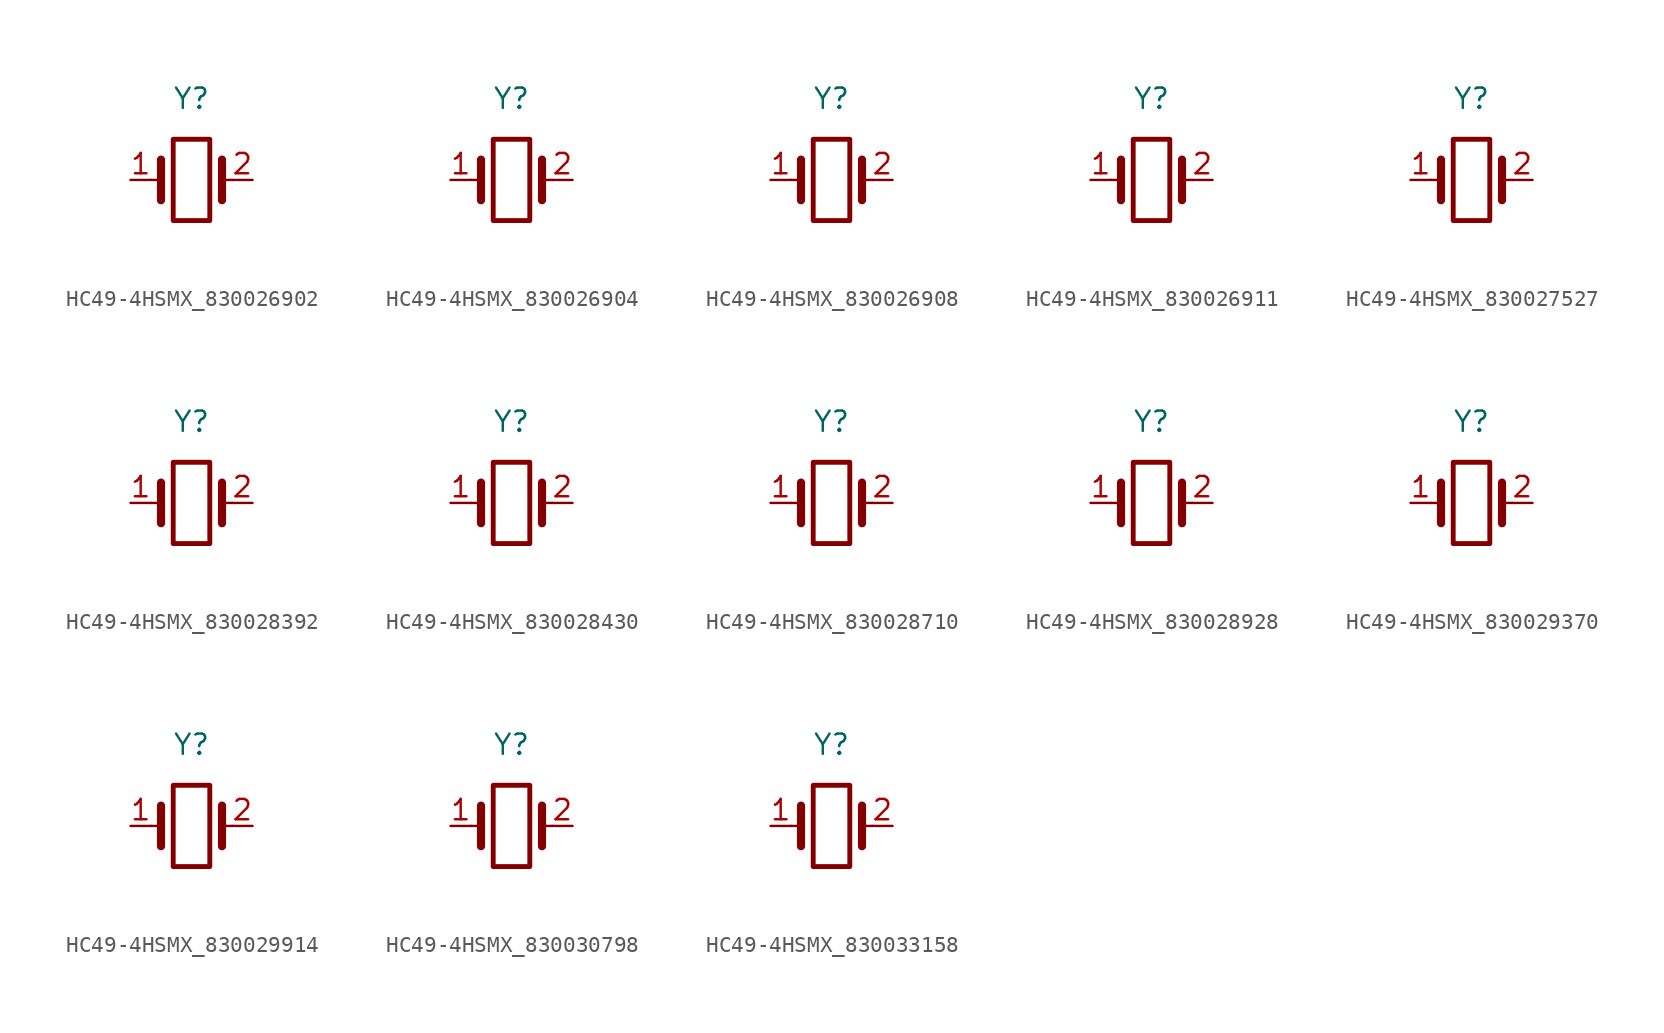
<source format=kicad_sym>
(kicad_symbol_lib
  (version 20220914)
  (generator kicad_symbol_editor)
  (symbol "HC49-4HSMX_830026902"
    (pin_names hide)
    (property "Reference" "Y"
      (at 0 5.08 0)
      (effects (font (size 1.27 1.27))))
    (property "Critical Parameter" ""
      (at 0 -5.08 0)
      (effects (font (size 1.27 1.27)) (justify left)))
    (symbol "HC49-4HSMX_830026902_0_1"
      (rectangle (start -1.143 2.54) (end 1.143 -2.54) (stroke (width 0.305) (type default)) (fill (type none)))
      (polyline (pts (xy -2.54 0) (xy -1.905 0)) (stroke (width 0) (type default)) (fill (type none)))
      (polyline (pts (xy -1.905 -1.27) (xy -1.905 1.27)) (stroke (width 0.508) (type default)) (fill (type none)))
      (polyline (pts (xy 1.905 -1.27) (xy 1.905 1.27)) (stroke (width 0.508) (type default)) (fill (type none)))
      (polyline (pts (xy 2.54 0) (xy 1.905 0)) (stroke (width 0) (type default)) (fill (type none))))
    (symbol "HC49-4HSMX_830026902_1_1"
      (pin passive line (at -3.81 0 0) (length 1.27) (name "1" (effects (font (size 1.27 1.27)))) (number "1" (effects (font (size 1.27 1.27)))))
      (pin passive line (at 3.81 0 180) (length 1.27) (name "2" (effects (font (size 1.27 1.27)))) (number "2" (effects (font (size 1.27 1.27)))))))
  (symbol "HC49-4HSMX_830026904"
    (pin_names hide)
    (property "Reference" "Y"
      (at 0 5.08 0)
      (effects (font (size 1.27 1.27))))
    (property "Critical Parameter" ""
      (at 0 -5.08 0)
      (effects (font (size 1.27 1.27)) (justify left)))
    (symbol "HC49-4HSMX_830026904_0_1"
      (rectangle (start -1.143 2.54) (end 1.143 -2.54) (stroke (width 0.305) (type default)) (fill (type none)))
      (polyline (pts (xy -2.54 0) (xy -1.905 0)) (stroke (width 0) (type default)) (fill (type none)))
      (polyline (pts (xy -1.905 -1.27) (xy -1.905 1.27)) (stroke (width 0.508) (type default)) (fill (type none)))
      (polyline (pts (xy 1.905 -1.27) (xy 1.905 1.27)) (stroke (width 0.508) (type default)) (fill (type none)))
      (polyline (pts (xy 2.54 0) (xy 1.905 0)) (stroke (width 0) (type default)) (fill (type none))))
    (symbol "HC49-4HSMX_830026904_1_1"
      (pin passive line (at -3.81 0 0) (length 1.27) (name "1" (effects (font (size 1.27 1.27)))) (number "1" (effects (font (size 1.27 1.27)))))
      (pin passive line (at 3.81 0 180) (length 1.27) (name "2" (effects (font (size 1.27 1.27)))) (number "2" (effects (font (size 1.27 1.27)))))))
  (symbol "HC49-4HSMX_830026908"
    (pin_names hide)
    (property "Reference" "Y"
      (at 0 5.08 0)
      (effects (font (size 1.27 1.27))))
    (property "Critical Parameter" ""
      (at 0 -5.08 0)
      (effects (font (size 1.27 1.27)) (justify left)))
    (symbol "HC49-4HSMX_830026908_0_1"
      (rectangle (start -1.143 2.54) (end 1.143 -2.54) (stroke (width 0.305) (type default)) (fill (type none)))
      (polyline (pts (xy -2.54 0) (xy -1.905 0)) (stroke (width 0) (type default)) (fill (type none)))
      (polyline (pts (xy -1.905 -1.27) (xy -1.905 1.27)) (stroke (width 0.508) (type default)) (fill (type none)))
      (polyline (pts (xy 1.905 -1.27) (xy 1.905 1.27)) (stroke (width 0.508) (type default)) (fill (type none)))
      (polyline (pts (xy 2.54 0) (xy 1.905 0)) (stroke (width 0) (type default)) (fill (type none))))
    (symbol "HC49-4HSMX_830026908_1_1"
      (pin passive line (at -3.81 0 0) (length 1.27) (name "1" (effects (font (size 1.27 1.27)))) (number "1" (effects (font (size 1.27 1.27)))))
      (pin passive line (at 3.81 0 180) (length 1.27) (name "2" (effects (font (size 1.27 1.27)))) (number "2" (effects (font (size 1.27 1.27)))))))
  (symbol "HC49-4HSMX_830026911"
    (pin_names hide)
    (property "Reference" "Y"
      (at 0 5.08 0)
      (effects (font (size 1.27 1.27))))
    (property "Critical Parameter" ""
      (at 0 -5.08 0)
      (effects (font (size 1.27 1.27)) (justify left)))
    (symbol "HC49-4HSMX_830026911_0_1"
      (rectangle (start -1.143 2.54) (end 1.143 -2.54) (stroke (width 0.305) (type default)) (fill (type none)))
      (polyline (pts (xy -2.54 0) (xy -1.905 0)) (stroke (width 0) (type default)) (fill (type none)))
      (polyline (pts (xy -1.905 -1.27) (xy -1.905 1.27)) (stroke (width 0.508) (type default)) (fill (type none)))
      (polyline (pts (xy 1.905 -1.27) (xy 1.905 1.27)) (stroke (width 0.508) (type default)) (fill (type none)))
      (polyline (pts (xy 2.54 0) (xy 1.905 0)) (stroke (width 0) (type default)) (fill (type none))))
    (symbol "HC49-4HSMX_830026911_1_1"
      (pin passive line (at -3.81 0 0) (length 1.27) (name "1" (effects (font (size 1.27 1.27)))) (number "1" (effects (font (size 1.27 1.27)))))
      (pin passive line (at 3.81 0 180) (length 1.27) (name "2" (effects (font (size 1.27 1.27)))) (number "2" (effects (font (size 1.27 1.27)))))))
  (symbol "HC49-4HSMX_830027527"
    (pin_names hide)
    (property "Reference" "Y"
      (at 0 5.08 0)
      (effects (font (size 1.27 1.27))))
    (property "Critical Parameter" ""
      (at 0 -5.08 0)
      (effects (font (size 1.27 1.27)) (justify left)))
    (symbol "HC49-4HSMX_830027527_0_1"
      (rectangle (start -1.143 2.54) (end 1.143 -2.54) (stroke (width 0.305) (type default)) (fill (type none)))
      (polyline (pts (xy -2.54 0) (xy -1.905 0)) (stroke (width 0) (type default)) (fill (type none)))
      (polyline (pts (xy -1.905 -1.27) (xy -1.905 1.27)) (stroke (width 0.508) (type default)) (fill (type none)))
      (polyline (pts (xy 1.905 -1.27) (xy 1.905 1.27)) (stroke (width 0.508) (type default)) (fill (type none)))
      (polyline (pts (xy 2.54 0) (xy 1.905 0)) (stroke (width 0) (type default)) (fill (type none))))
    (symbol "HC49-4HSMX_830027527_1_1"
      (pin passive line (at -3.81 0 0) (length 1.27) (name "1" (effects (font (size 1.27 1.27)))) (number "1" (effects (font (size 1.27 1.27)))))
      (pin passive line (at 3.81 0 180) (length 1.27) (name "2" (effects (font (size 1.27 1.27)))) (number "2" (effects (font (size 1.27 1.27)))))))
  (symbol "HC49-4HSMX_830028392"
    (pin_names hide)
    (property "Reference" "Y"
      (at 0 5.08 0)
      (effects (font (size 1.27 1.27))))
    (property "Critical Parameter" ""
      (at 0 -5.08 0)
      (effects (font (size 1.27 1.27)) (justify left)))
    (symbol "HC49-4HSMX_830028392_0_1"
      (rectangle (start -1.143 2.54) (end 1.143 -2.54) (stroke (width 0.305) (type default)) (fill (type none)))
      (polyline (pts (xy -2.54 0) (xy -1.905 0)) (stroke (width 0) (type default)) (fill (type none)))
      (polyline (pts (xy -1.905 -1.27) (xy -1.905 1.27)) (stroke (width 0.508) (type default)) (fill (type none)))
      (polyline (pts (xy 1.905 -1.27) (xy 1.905 1.27)) (stroke (width 0.508) (type default)) (fill (type none)))
      (polyline (pts (xy 2.54 0) (xy 1.905 0)) (stroke (width 0) (type default)) (fill (type none))))
    (symbol "HC49-4HSMX_830028392_1_1"
      (pin passive line (at -3.81 0 0) (length 1.27) (name "1" (effects (font (size 1.27 1.27)))) (number "1" (effects (font (size 1.27 1.27)))))
      (pin passive line (at 3.81 0 180) (length 1.27) (name "2" (effects (font (size 1.27 1.27)))) (number "2" (effects (font (size 1.27 1.27)))))))
  (symbol "HC49-4HSMX_830028430"
    (pin_names hide)
    (property "Reference" "Y"
      (at 0 5.08 0)
      (effects (font (size 1.27 1.27))))
    (property "Critical Parameter" ""
      (at 0 -5.08 0)
      (effects (font (size 1.27 1.27)) (justify left)))
    (symbol "HC49-4HSMX_830028430_0_1"
      (rectangle (start -1.143 2.54) (end 1.143 -2.54) (stroke (width 0.305) (type default)) (fill (type none)))
      (polyline (pts (xy -2.54 0) (xy -1.905 0)) (stroke (width 0) (type default)) (fill (type none)))
      (polyline (pts (xy -1.905 -1.27) (xy -1.905 1.27)) (stroke (width 0.508) (type default)) (fill (type none)))
      (polyline (pts (xy 1.905 -1.27) (xy 1.905 1.27)) (stroke (width 0.508) (type default)) (fill (type none)))
      (polyline (pts (xy 2.54 0) (xy 1.905 0)) (stroke (width 0) (type default)) (fill (type none))))
    (symbol "HC49-4HSMX_830028430_1_1"
      (pin passive line (at -3.81 0 0) (length 1.27) (name "1" (effects (font (size 1.27 1.27)))) (number "1" (effects (font (size 1.27 1.27)))))
      (pin passive line (at 3.81 0 180) (length 1.27) (name "2" (effects (font (size 1.27 1.27)))) (number "2" (effects (font (size 1.27 1.27)))))))
  (symbol "HC49-4HSMX_830028710"
    (pin_names hide)
    (property "Reference" "Y"
      (at 0 5.08 0)
      (effects (font (size 1.27 1.27))))
    (property "Critical Parameter" ""
      (at 0 -5.08 0)
      (effects (font (size 1.27 1.27)) (justify left)))
    (symbol "HC49-4HSMX_830028710_0_1"
      (rectangle (start -1.143 2.54) (end 1.143 -2.54) (stroke (width 0.305) (type default)) (fill (type none)))
      (polyline (pts (xy -2.54 0) (xy -1.905 0)) (stroke (width 0) (type default)) (fill (type none)))
      (polyline (pts (xy -1.905 -1.27) (xy -1.905 1.27)) (stroke (width 0.508) (type default)) (fill (type none)))
      (polyline (pts (xy 1.905 -1.27) (xy 1.905 1.27)) (stroke (width 0.508) (type default)) (fill (type none)))
      (polyline (pts (xy 2.54 0) (xy 1.905 0)) (stroke (width 0) (type default)) (fill (type none))))
    (symbol "HC49-4HSMX_830028710_1_1"
      (pin passive line (at -3.81 0 0) (length 1.27) (name "1" (effects (font (size 1.27 1.27)))) (number "1" (effects (font (size 1.27 1.27)))))
      (pin passive line (at 3.81 0 180) (length 1.27) (name "2" (effects (font (size 1.27 1.27)))) (number "2" (effects (font (size 1.27 1.27)))))))
  (symbol "HC49-4HSMX_830028928"
    (pin_names hide)
    (property "Reference" "Y"
      (at 0 5.08 0)
      (effects (font (size 1.27 1.27))))
    (property "Critical Parameter" ""
      (at 0 -5.08 0)
      (effects (font (size 1.27 1.27)) (justify left)))
    (symbol "HC49-4HSMX_830028928_0_1"
      (rectangle (start -1.143 2.54) (end 1.143 -2.54) (stroke (width 0.305) (type default)) (fill (type none)))
      (polyline (pts (xy -2.54 0) (xy -1.905 0)) (stroke (width 0) (type default)) (fill (type none)))
      (polyline (pts (xy -1.905 -1.27) (xy -1.905 1.27)) (stroke (width 0.508) (type default)) (fill (type none)))
      (polyline (pts (xy 1.905 -1.27) (xy 1.905 1.27)) (stroke (width 0.508) (type default)) (fill (type none)))
      (polyline (pts (xy 2.54 0) (xy 1.905 0)) (stroke (width 0) (type default)) (fill (type none))))
    (symbol "HC49-4HSMX_830028928_1_1"
      (pin passive line (at -3.81 0 0) (length 1.27) (name "1" (effects (font (size 1.27 1.27)))) (number "1" (effects (font (size 1.27 1.27)))))
      (pin passive line (at 3.81 0 180) (length 1.27) (name "2" (effects (font (size 1.27 1.27)))) (number "2" (effects (font (size 1.27 1.27)))))))
  (symbol "HC49-4HSMX_830029370"
    (pin_names hide)
    (property "Reference" "Y"
      (at 0 5.08 0)
      (effects (font (size 1.27 1.27))))
    (property "Critical Parameter" ""
      (at 0 -5.08 0)
      (effects (font (size 1.27 1.27)) (justify left)))
    (symbol "HC49-4HSMX_830029370_0_1"
      (rectangle (start -1.143 2.54) (end 1.143 -2.54) (stroke (width 0.305) (type default)) (fill (type none)))
      (polyline (pts (xy -2.54 0) (xy -1.905 0)) (stroke (width 0) (type default)) (fill (type none)))
      (polyline (pts (xy -1.905 -1.27) (xy -1.905 1.27)) (stroke (width 0.508) (type default)) (fill (type none)))
      (polyline (pts (xy 1.905 -1.27) (xy 1.905 1.27)) (stroke (width 0.508) (type default)) (fill (type none)))
      (polyline (pts (xy 2.54 0) (xy 1.905 0)) (stroke (width 0) (type default)) (fill (type none))))
    (symbol "HC49-4HSMX_830029370_1_1"
      (pin passive line (at -3.81 0 0) (length 1.27) (name "1" (effects (font (size 1.27 1.27)))) (number "1" (effects (font (size 1.27 1.27)))))
      (pin passive line (at 3.81 0 180) (length 1.27) (name "2" (effects (font (size 1.27 1.27)))) (number "2" (effects (font (size 1.27 1.27)))))))
  (symbol "HC49-4HSMX_830029914"
    (pin_names hide)
    (property "Reference" "Y"
      (at 0 5.08 0)
      (effects (font (size 1.27 1.27))))
    (property "Critical Parameter" ""
      (at 0 -5.08 0)
      (effects (font (size 1.27 1.27)) (justify left)))
    (symbol "HC49-4HSMX_830029914_0_1"
      (rectangle (start -1.143 2.54) (end 1.143 -2.54) (stroke (width 0.305) (type default)) (fill (type none)))
      (polyline (pts (xy -2.54 0) (xy -1.905 0)) (stroke (width 0) (type default)) (fill (type none)))
      (polyline (pts (xy -1.905 -1.27) (xy -1.905 1.27)) (stroke (width 0.508) (type default)) (fill (type none)))
      (polyline (pts (xy 1.905 -1.27) (xy 1.905 1.27)) (stroke (width 0.508) (type default)) (fill (type none)))
      (polyline (pts (xy 2.54 0) (xy 1.905 0)) (stroke (width 0) (type default)) (fill (type none))))
    (symbol "HC49-4HSMX_830029914_1_1"
      (pin passive line (at -3.81 0 0) (length 1.27) (name "1" (effects (font (size 1.27 1.27)))) (number "1" (effects (font (size 1.27 1.27)))))
      (pin passive line (at 3.81 0 180) (length 1.27) (name "2" (effects (font (size 1.27 1.27)))) (number "2" (effects (font (size 1.27 1.27)))))))
  (symbol "HC49-4HSMX_830030798"
    (pin_names hide)
    (property "Reference" "Y"
      (at 0 5.08 0)
      (effects (font (size 1.27 1.27))))
    (property "Critical Parameter" ""
      (at 0 -5.08 0)
      (effects (font (size 1.27 1.27)) (justify left)))
    (symbol "HC49-4HSMX_830030798_0_1"
      (rectangle (start -1.143 2.54) (end 1.143 -2.54) (stroke (width 0.305) (type default)) (fill (type none)))
      (polyline (pts (xy -2.54 0) (xy -1.905 0)) (stroke (width 0) (type default)) (fill (type none)))
      (polyline (pts (xy -1.905 -1.27) (xy -1.905 1.27)) (stroke (width 0.508) (type default)) (fill (type none)))
      (polyline (pts (xy 1.905 -1.27) (xy 1.905 1.27)) (stroke (width 0.508) (type default)) (fill (type none)))
      (polyline (pts (xy 2.54 0) (xy 1.905 0)) (stroke (width 0) (type default)) (fill (type none))))
    (symbol "HC49-4HSMX_830030798_1_1"
      (pin passive line (at -3.81 0 0) (length 1.27) (name "1" (effects (font (size 1.27 1.27)))) (number "1" (effects (font (size 1.27 1.27)))))
      (pin passive line (at 3.81 0 180) (length 1.27) (name "2" (effects (font (size 1.27 1.27)))) (number "2" (effects (font (size 1.27 1.27)))))))
  (symbol "HC49-4HSMX_830033158"
    (pin_names hide)
    (property "Reference" "Y"
      (at 0 5.08 0)
      (effects (font (size 1.27 1.27))))
    (property "Critical Parameter" ""
      (at 0 -5.08 0)
      (effects (font (size 1.27 1.27)) (justify left)))
    (symbol "HC49-4HSMX_830033158_0_1"
      (rectangle (start -1.143 2.54) (end 1.143 -2.54) (stroke (width 0.305) (type default)) (fill (type none)))
      (polyline (pts (xy -2.54 0) (xy -1.905 0)) (stroke (width 0) (type default)) (fill (type none)))
      (polyline (pts (xy -1.905 -1.27) (xy -1.905 1.27)) (stroke (width 0.508) (type default)) (fill (type none)))
      (polyline (pts (xy 1.905 -1.27) (xy 1.905 1.27)) (stroke (width 0.508) (type default)) (fill (type none)))
      (polyline (pts (xy 2.54 0) (xy 1.905 0)) (stroke (width 0) (type default)) (fill (type none))))
    (symbol "HC49-4HSMX_830033158_1_1"
      (pin passive line (at -3.81 0 0) (length 1.27) (name "1" (effects (font (size 1.27 1.27)))) (number "1" (effects (font (size 1.27 1.27)))))
      (pin passive line (at 3.81 0 180) (length 1.27) (name "2" (effects (font (size 1.27 1.27)))) (number "2" (effects (font (size 1.27 1.27))))))))
</source>
